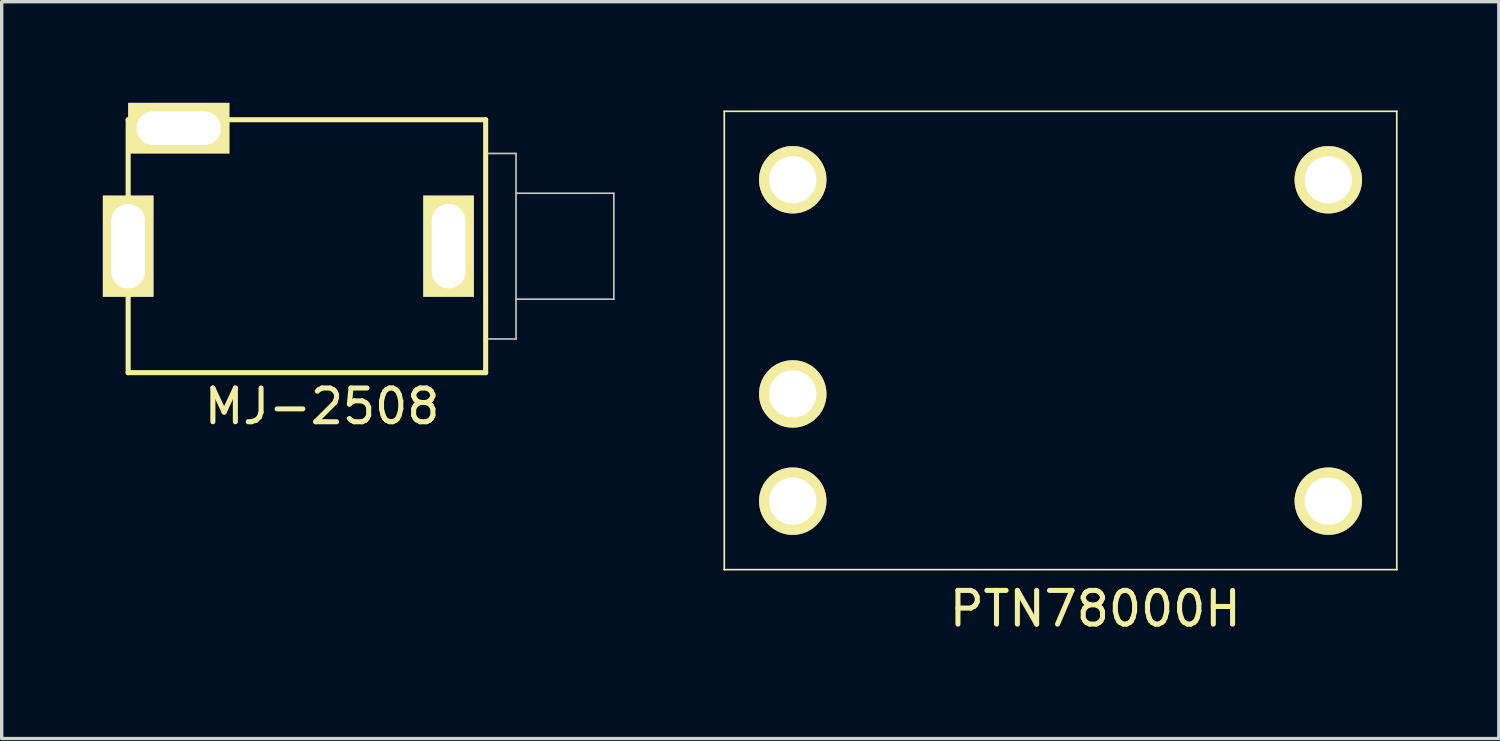
<source format=kicad_pcb>
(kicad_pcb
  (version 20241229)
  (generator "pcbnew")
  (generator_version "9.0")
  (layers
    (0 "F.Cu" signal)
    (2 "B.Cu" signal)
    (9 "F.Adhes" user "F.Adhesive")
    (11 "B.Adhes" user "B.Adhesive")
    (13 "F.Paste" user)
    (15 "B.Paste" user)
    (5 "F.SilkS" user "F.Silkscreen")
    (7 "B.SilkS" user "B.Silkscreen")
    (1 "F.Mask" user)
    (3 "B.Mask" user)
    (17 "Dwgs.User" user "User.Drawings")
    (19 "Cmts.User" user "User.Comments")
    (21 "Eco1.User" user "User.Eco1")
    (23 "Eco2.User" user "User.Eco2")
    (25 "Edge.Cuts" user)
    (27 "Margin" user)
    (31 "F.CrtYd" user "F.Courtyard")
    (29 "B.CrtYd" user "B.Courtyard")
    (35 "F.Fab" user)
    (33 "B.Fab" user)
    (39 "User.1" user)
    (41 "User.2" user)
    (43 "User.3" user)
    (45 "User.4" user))
  (footprint "PTN78000H"
    (layer "F.Cu")
    (at 18.425 0.25)
    (property "Reference" "PTN78000H" (at 11 14.75 0) (layer "F.SilkS") (effects (font (size 1 1) (thickness 0.15))))
    (attr through_hole)
    (fp_line (start 0 0) (end 0 13.59) (stroke (width 0.05) (type solid)) (layer "F.SilkS"))
    (fp_line (start 0 0) (end 19.94 0) (stroke (width 0.05) (type solid)) (layer "F.SilkS"))
    (fp_line (start 0 13.59) (end 19.94 13.59) (stroke (width 0.05) (type solid)) (layer "F.SilkS"))
    (fp_line (start 19.94 0) (end 19.94 13.59) (stroke (width 0.05) (type solid)) (layer "F.SilkS"))
    (pad "1" thru_hole circle (at 2.03 2.03) (size 2 2) (drill 1.4) (layers "*.Cu" "*.Mask" "F.SilkS"))
    (pad "2" thru_hole circle (at 2.03 8.38) (size 2 2) (drill 1.4) (layers "*.Cu" "*.Mask" "F.SilkS"))
    (pad "3" thru_hole circle (at 2.03 11.56) (size 2 2) (drill 1.4) (layers "*.Cu" "*.Mask" "F.SilkS"))
    (pad "4" thru_hole circle (at 17.91 11.56) (size 2 2) (drill 1.4) (layers "*.Cu" "*.Mask" "F.SilkS"))
    (pad "5" thru_hole circle (at 17.91 2.03) (size 2 2) (drill 1.4) (layers "*.Cu" "*.Mask" "F.SilkS")))
  (footprint "MJ-2508"
    (layer "F.Cu")
    (at 0.75 0.5)
    (property "Reference" "MJ-2508" (at 5.75 8.5 0) (layer "F.SilkS") (effects (font (size 1 1) (thickness 0.15))))
    (attr through_hole)
    (fp_line (start 0 0) (end 10.6 0) (stroke (width 0.15) (type solid)) (layer "F.SilkS"))
    (fp_line (start 0 7.5) (end 0 0) (stroke (width 0.15) (type solid)) (layer "F.SilkS"))
    (fp_line (start 0 7.5) (end 10.6 7.5) (stroke (width 0.15) (type solid)) (layer "F.SilkS"))
    (fp_line (start 10.6 7.5) (end 10.6 0) (stroke (width 0.15) (type solid)) (layer "F.SilkS"))
    (fp_line (start 10.675 1) (end 11.5 1) (stroke (width 0.05) (type solid)) (layer "Dwgs.User"))
    (fp_line (start 10.675 6.5) (end 11.5 6.5) (stroke (width 0.05) (type solid)) (layer "Dwgs.User"))
    (fp_line (start 11.5 1) (end 11.5 6.5) (stroke (width 0.05) (type solid)) (layer "Dwgs.User"))
    (fp_line (start 11.5 2.18) (end 14.4 2.18) (stroke (width 0.05) (type solid)) (layer "Dwgs.User"))
    (fp_line (start 11.5 5.32) (end 14.4 5.32) (stroke (width 0.05) (type solid)) (layer "Dwgs.User"))
    (fp_line (start 14.4 2.18) (end 14.4 5.32) (stroke (width 0.05) (type solid)) (layer "Dwgs.User"))
    (pad "1" thru_hole rect (at 9.5 3.75) (size 1.5 3) (drill oval 1 2.5) (layers "*.Cu" "*.Mask" "F.SilkS"))
    (pad "2" thru_hole rect (at 0 3.75) (size 1.5 3) (drill oval 1 2.5) (layers "*.Cu" "*.Mask" "F.SilkS"))
    (pad "3" thru_hole rect (at 1.5 0.25 90) (size 1.5 3) (drill oval 1 2.5) (layers "*.Cu" "*.Mask" "F.SilkS")))
  (gr_rect
    (start -3 -3)
    (end 41.39 18.848)
    (stroke (width 0.1) (type default))
    (fill no)
    (layer "Edge.Cuts")))
</source>
